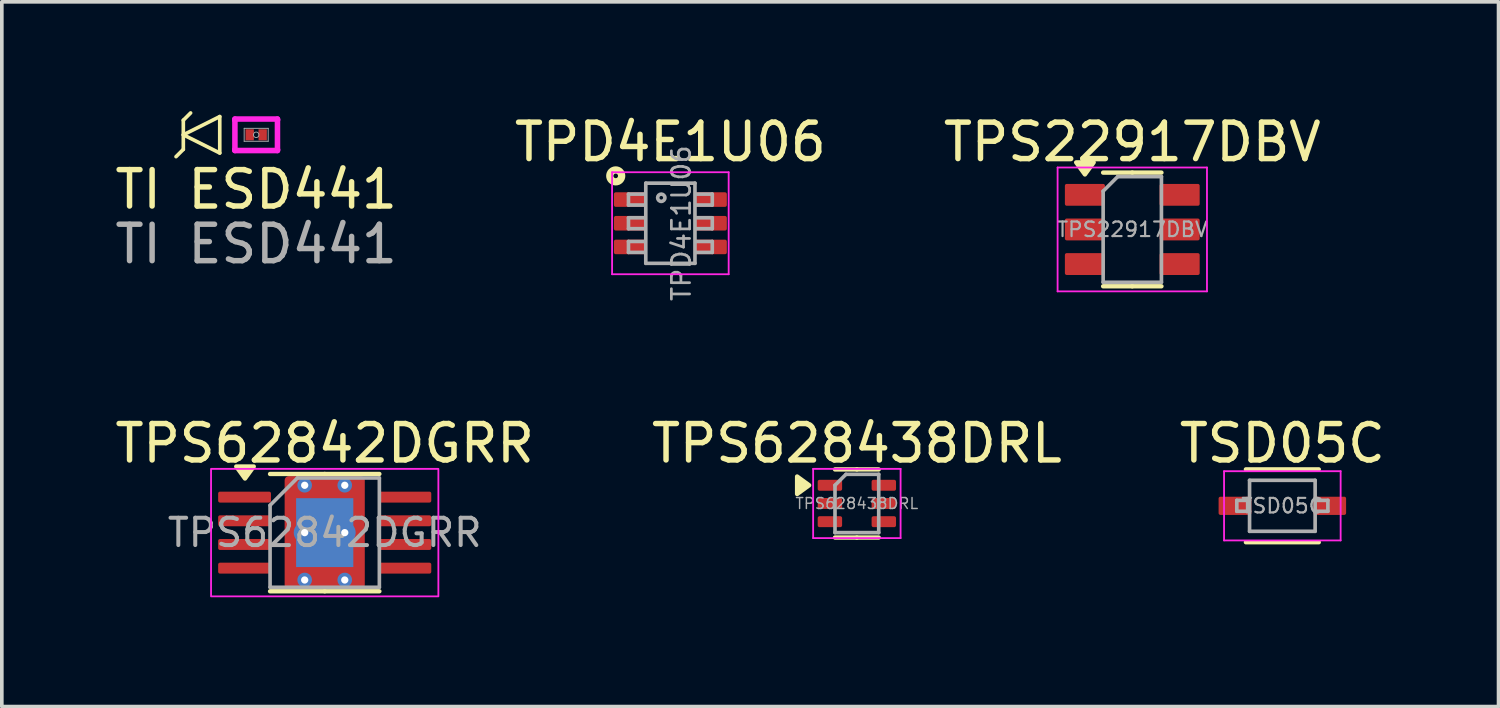
<source format=kicad_pcb>
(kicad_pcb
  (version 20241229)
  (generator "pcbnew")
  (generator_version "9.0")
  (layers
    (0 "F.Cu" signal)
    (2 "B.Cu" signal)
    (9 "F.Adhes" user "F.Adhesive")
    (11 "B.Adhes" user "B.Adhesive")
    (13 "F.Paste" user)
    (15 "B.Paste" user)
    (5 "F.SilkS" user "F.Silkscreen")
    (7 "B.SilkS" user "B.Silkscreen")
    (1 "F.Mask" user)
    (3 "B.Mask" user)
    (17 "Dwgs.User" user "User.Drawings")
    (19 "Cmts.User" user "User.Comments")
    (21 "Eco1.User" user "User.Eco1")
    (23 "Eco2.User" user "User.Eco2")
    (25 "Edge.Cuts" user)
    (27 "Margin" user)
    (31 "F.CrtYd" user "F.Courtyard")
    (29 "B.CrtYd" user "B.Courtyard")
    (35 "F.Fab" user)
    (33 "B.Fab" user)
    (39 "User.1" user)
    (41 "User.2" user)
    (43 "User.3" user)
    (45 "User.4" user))
  (footprint "TPD4E1U06"
    (layer "F.Cu")
    (at 15.351 3.078)
    (property "Reference" "TPD4E1U06" (at 0 -2.23 0) (layer "F.SilkS") (effects (font (size 1 1) (thickness 0.15))))
    (attr smd)
    (fp_circle (center -1.5 -1.3) (end -1.437 -1.3) (stroke (width 0.2) (type solid)) (fill no) (layer "F.SilkS"))
    (fp_line (start -1.6 -1.4) (end -1.6 1.4) (stroke (width 0.05) (type solid)) (layer "F.CrtYd"))
    (fp_line (start -1.6 -1.4) (end 1.6 -1.4) (stroke (width 0.05) (type solid)) (layer "F.CrtYd"))
    (fp_line (start -1.6 1.4) (end 1.6 1.4) (stroke (width 0.05) (type solid)) (layer "F.CrtYd"))
    (fp_line (start 1.6 1.4) (end 1.6 -1.4) (stroke (width 0.05) (type solid)) (layer "F.CrtYd"))
    (fp_line (start -1.15 -0.8) (end -1.15 -0.5) (stroke (width 0.1) (type solid)) (layer "F.Fab"))
    (fp_line (start -1.15 -0.8) (end -0.7 -0.8) (stroke (width 0.1) (type solid)) (layer "F.Fab"))
    (fp_line (start -1.15 -0.5) (end -0.7 -0.5) (stroke (width 0.1) (type solid)) (layer "F.Fab"))
    (fp_line (start -1.15 -0.15) (end -1.15 0.15) (stroke (width 0.1) (type solid)) (layer "F.Fab"))
    (fp_line (start -1.15 -0.15) (end -0.7 -0.15) (stroke (width 0.1) (type solid)) (layer "F.Fab"))
    (fp_line (start -1.15 0.15) (end -0.7 0.15) (stroke (width 0.1) (type solid)) (layer "F.Fab"))
    (fp_line (start -1.15 0.5) (end -1.15 0.8) (stroke (width 0.1) (type solid)) (layer "F.Fab"))
    (fp_line (start -1.15 0.5) (end -0.7 0.5) (stroke (width 0.1) (type solid)) (layer "F.Fab"))
    (fp_line (start -1.15 0.8) (end -0.7 0.8) (stroke (width 0.1) (type solid)) (layer "F.Fab"))
    (fp_line (start -0.675 -1.1) (end -0.675 1.1) (stroke (width 0.1) (type solid)) (layer "F.Fab"))
    (fp_line (start 0.675 -1.1) (end -0.675 -1.1) (stroke (width 0.1) (type solid)) (layer "F.Fab"))
    (fp_line (start 0.675 -1.1) (end 0.675 1.1) (stroke (width 0.1) (type solid)) (layer "F.Fab"))
    (fp_line (start 0.675 1.1) (end -0.675 1.1) (stroke (width 0.1) (type solid)) (layer "F.Fab"))
    (fp_line (start 1.15 -0.8) (end 0.7 -0.8) (stroke (width 0.1) (type solid)) (layer "F.Fab"))
    (fp_line (start 1.15 -0.5) (end 0.7 -0.5) (stroke (width 0.1) (type solid)) (layer "F.Fab"))
    (fp_line (start 1.15 -0.5) (end 1.15 -0.8) (stroke (width 0.1) (type solid)) (layer "F.Fab"))
    (fp_line (start 1.15 -0.15) (end 0.7 -0.15) (stroke (width 0.1) (type solid)) (layer "F.Fab"))
    (fp_line (start 1.15 0.15) (end 0.7 0.15) (stroke (width 0.1) (type solid)) (layer "F.Fab"))
    (fp_line (start 1.15 0.15) (end 1.15 -0.15) (stroke (width 0.1) (type solid)) (layer "F.Fab"))
    (fp_line (start 1.15 0.5) (end 0.7 0.5) (stroke (width 0.1) (type solid)) (layer "F.Fab"))
    (fp_line (start 1.15 0.8) (end 0.7 0.8) (stroke (width 0.1) (type solid)) (layer "F.Fab"))
    (fp_line (start 1.15 0.8) (end 1.15 0.5) (stroke (width 0.1) (type solid)) (layer "F.Fab"))
    (fp_circle (center -0.25 -0.7) (end -0.15 -0.7) (stroke (width 0.1) (type solid)) (fill no) (layer "F.Fab"))
    (fp_text user "${REFERENCE}" (at 0.3 0 90) (layer "F.Fab") (effects (font (size 0.5 0.5) (thickness 0.075))))
    (pad "1" smd roundrect (at -1.1 -0.65) (size 0.9 0.4) (layers "F.Cu" "F.Mask" "F.Paste") (roundrect_rratio 0.125))
    (pad "2" smd roundrect (at -1.1 0) (size 0.9 0.4) (layers "F.Cu" "F.Mask" "F.Paste") (roundrect_rratio 0.125))
    (pad "3" smd roundrect (at -1.1 0.65) (size 0.9 0.4) (layers "F.Cu" "F.Mask" "F.Paste") (roundrect_rratio 0.125))
    (pad "4" smd roundrect (at 1.1 0.65) (size 0.9 0.4) (layers "F.Cu" "F.Mask" "F.Paste") (roundrect_rratio 0.125))
    (pad "5" smd roundrect (at 1.1 0) (size 0.9 0.4) (layers "F.Cu" "F.Mask" "F.Paste") (roundrect_rratio 0.125))
    (pad "6" smd roundrect (at 1.1 -0.65) (size 0.9 0.4) (layers "F.Cu" "F.Mask" "F.Paste") (roundrect_rratio 0.125)))
  (footprint "TI ESD441"
    (layer "F.Cu")
    (at 3.982 0.65)
    (property "Reference" "TI ESD441" (at 0 1.5 0) (unlocked yes) (layer "F.SilkS") (effects (font (size 1 1) (thickness 0.15))))
    (attr smd)
    (fp_line (start -2 -0.4) (end -2 0.4) (stroke (width 0.1) (type default)) (layer "F.SilkS"))
    (fp_line (start -2 -0.4) (end -1.8 -0.6) (stroke (width 0.1) (type default)) (layer "F.SilkS"))
    (fp_line (start -2 0) (end -1 -0.5) (stroke (width 0.1) (type default)) (layer "F.SilkS"))
    (fp_line (start -2 0.4) (end -2.2 0.6) (stroke (width 0.1) (type default)) (layer "F.SilkS"))
    (fp_line (start -1 -0.5) (end -1 0.5) (stroke (width 0.1) (type default)) (layer "F.SilkS"))
    (fp_line (start -1 0.5) (end -2 0) (stroke (width 0.1) (type default)) (layer "F.SilkS"))
    (fp_line (start -0.584 -0.432) (end 0.584 -0.432) (stroke (width 0.152) (type solid)) (layer "F.CrtYd"))
    (fp_line (start -0.584 -0.406) (end -0.584 -0.432) (stroke (width 0.152) (type solid)) (layer "F.CrtYd"))
    (fp_line (start -0.584 -0.406) (end -0.584 -0.406) (stroke (width 0.152) (type solid)) (layer "F.CrtYd"))
    (fp_line (start -0.584 0.406) (end -0.584 -0.406) (stroke (width 0.152) (type solid)) (layer "F.CrtYd"))
    (fp_line (start -0.584 0.406) (end -0.584 0.406) (stroke (width 0.152) (type solid)) (layer "F.CrtYd"))
    (fp_line (start -0.584 0.432) (end -0.584 0.406) (stroke (width 0.152) (type solid)) (layer "F.CrtYd"))
    (fp_line (start 0.584 -0.432) (end 0.584 -0.406) (stroke (width 0.152) (type solid)) (layer "F.CrtYd"))
    (fp_line (start 0.584 -0.406) (end 0.584 -0.406) (stroke (width 0.152) (type solid)) (layer "F.CrtYd"))
    (fp_line (start 0.584 -0.406) (end 0.584 0.406) (stroke (width 0.152) (type solid)) (layer "F.CrtYd"))
    (fp_line (start 0.584 0.406) (end 0.584 0.406) (stroke (width 0.152) (type solid)) (layer "F.CrtYd"))
    (fp_line (start 0.584 0.406) (end 0.584 0.432) (stroke (width 0.152) (type solid)) (layer "F.CrtYd"))
    (fp_line (start 0.584 0.432) (end -0.584 0.432) (stroke (width 0.152) (type solid)) (layer "F.CrtYd"))
    (fp_line (start -0.33 -0.178) (end -0.33 0.178) (stroke (width 0.025) (type solid)) (layer "F.Fab"))
    (fp_line (start -0.33 0.178) (end 0.33 0.178) (stroke (width 0.025) (type solid)) (layer "F.Fab"))
    (fp_line (start 0.33 -0.178) (end -0.33 -0.178) (stroke (width 0.025) (type solid)) (layer "F.Fab"))
    (fp_line (start 0.33 0.178) (end 0.33 -0.178) (stroke (width 0.025) (type solid)) (layer "F.Fab"))
    (fp_circle (center 0 0) (end 0.076 0) (stroke (width 0.025) (type solid)) (fill no) (layer "F.Fab"))
    (fp_text user "${REFERENCE}" (at 0 3 0) (unlocked yes) (layer "F.Fab") (effects (font (size 1 1) (thickness 0.15))))
    (pad "1" smd rect (at -0.178 0) (size 0.229 0.305) (layers "F.Cu" "F.Mask" "F.Paste"))
    (pad "2" smd rect (at 0.178 0) (size 0.229 0.305) (layers "F.Cu" "F.Mask" "F.Paste")))
  (footprint "TPS22917DBV"
    (layer "F.Cu")
    (at 28.03 3.248)
    (property "Reference" "TPS22917DBV" (at 0 -2.4 0) (layer "F.SilkS") (effects (font (size 1 1) (thickness 0.15))))
    (attr smd)
    (fp_line (start 0 -1.56) (end -0.8 -1.56) (stroke (width 0.12) (type solid)) (layer "F.SilkS"))
    (fp_line (start 0 -1.56) (end 0.8 -1.56) (stroke (width 0.12) (type solid)) (layer "F.SilkS"))
    (fp_line (start 0 1.56) (end -0.8 1.56) (stroke (width 0.12) (type solid)) (layer "F.SilkS"))
    (fp_line (start 0 1.56) (end 0.8 1.56) (stroke (width 0.12) (type solid)) (layer "F.SilkS"))
    (fp_poly (pts (xy -1.3 -1.51) (xy -1.54 -1.84) (xy -1.06 -1.84) (xy -1.3 -1.51)) (stroke (width 0.12) (type solid)) (fill yes) (layer "F.SilkS"))
    (fp_line (start -2.05 -1.7) (end -2.05 1.7) (stroke (width 0.05) (type solid)) (layer "F.CrtYd"))
    (fp_line (start -2.05 1.7) (end 2.05 1.7) (stroke (width 0.05) (type solid)) (layer "F.CrtYd"))
    (fp_line (start 2.05 -1.7) (end -2.05 -1.7) (stroke (width 0.05) (type solid)) (layer "F.CrtYd"))
    (fp_line (start 2.05 1.7) (end 2.05 -1.7) (stroke (width 0.05) (type solid)) (layer "F.CrtYd"))
    (fp_line (start -0.8 -1.05) (end -0.4 -1.45) (stroke (width 0.1) (type solid)) (layer "F.Fab"))
    (fp_line (start -0.8 1.45) (end -0.8 -1.05) (stroke (width 0.1) (type solid)) (layer "F.Fab"))
    (fp_line (start -0.4 -1.45) (end 0.8 -1.45) (stroke (width 0.1) (type solid)) (layer "F.Fab"))
    (fp_line (start 0.8 -1.45) (end 0.8 1.45) (stroke (width 0.1) (type solid)) (layer "F.Fab"))
    (fp_line (start 0.8 1.45) (end -0.8 1.45) (stroke (width 0.1) (type solid)) (layer "F.Fab"))
    (fp_text user "${REFERENCE}" (at 0 0 0) (layer "F.Fab") (effects (font (size 0.4 0.4) (thickness 0.06))))
    (pad "1" smd roundrect (at -1.3 -0.95) (size 1.1 0.6) (layers "F.Cu" "F.Mask" "F.Paste") (roundrect_rratio 0.083))
    (pad "2" smd roundrect (at -1.3 0) (size 1.1 0.6) (layers "F.Cu" "F.Mask" "F.Paste") (roundrect_rratio 0.083))
    (pad "3" smd roundrect (at -1.3 0.95) (size 1.1 0.6) (layers "F.Cu" "F.Mask" "F.Paste") (roundrect_rratio 0.083))
    (pad "4" smd roundrect (at 1.3 0.95) (size 1.1 0.6) (layers "F.Cu" "F.Mask" "F.Paste") (roundrect_rratio 0.083))
    (pad "5" smd roundrect (at 1.3 0) (size 1.1 0.6) (layers "F.Cu" "F.Mask" "F.Paste") (roundrect_rratio 0.083))
    (pad "6" smd roundrect (at 1.3 -0.95) (size 1.1 0.6) (layers "F.Cu" "F.Mask" "F.Paste") (roundrect_rratio 0.083)))
  (footprint "TPS62842DGRR"
    (layer "F.Cu")
    (at 5.863 11.57)
    (property "Reference" "TPS62842DGRR" (at 0 -2.45 0) (layer "F.SilkS") (effects (font (size 1 1) (thickness 0.15))))
    (attr smd)
    (fp_line (start 0 -1.61) (end -1.5 -1.61) (stroke (width 0.12) (type solid)) (layer "F.SilkS"))
    (fp_line (start 0 -1.61) (end 1.5 -1.61) (stroke (width 0.12) (type solid)) (layer "F.SilkS"))
    (fp_line (start 0 1.61) (end -1.5 1.61) (stroke (width 0.12) (type solid)) (layer "F.SilkS"))
    (fp_line (start 0 1.61) (end 1.5 1.61) (stroke (width 0.12) (type solid)) (layer "F.SilkS"))
    (fp_poly (pts (xy -2.188 -1.485) (xy -2.428 -1.815) (xy -1.948 -1.815)) (stroke (width 0.12) (type solid)) (fill yes) (layer "F.SilkS"))
    (fp_rect (start -3.12 -1.75) (end 3.12 1.75) (stroke (width 0.05) (type solid)) (fill no) (layer "F.CrtYd"))
    (fp_line (start -1.5 -0.75) (end -0.75 -1.5) (stroke (width 0.1) (type solid)) (layer "F.Fab"))
    (fp_line (start -1.5 1.5) (end -1.5 -0.75) (stroke (width 0.1) (type solid)) (layer "F.Fab"))
    (fp_line (start -0.75 -1.5) (end 1.5 -1.5) (stroke (width 0.1) (type solid)) (layer "F.Fab"))
    (fp_line (start 1.5 -1.5) (end 1.5 1.5) (stroke (width 0.1) (type solid)) (layer "F.Fab"))
    (fp_line (start 1.5 1.5) (end -1.5 1.5) (stroke (width 0.1) (type solid)) (layer "F.Fab"))
    (fp_text user "${REFERENCE}" (at 0 0 0) (layer "F.Fab") (effects (font (size 0.75 0.75) (thickness 0.11))))
    (pad "" smd roundrect (at 0 0) (size 1 1.3) (layers "F.Paste") (roundrect_rratio 0.25))
    (pad "" smd roundrect (at 0 0) (size 1.35 1.65) (property pad_prop_heatsink) (layers "F.Mask") (roundrect_rratio 0.037))
    (pad "1" smd roundrect (at -2.2 -0.975) (size 1.45 0.3) (layers "F.Cu" "F.Mask" "F.Paste") (roundrect_rratio 0.167))
    (pad "2" smd roundrect (at -2.2 -0.325) (size 1.45 0.3) (layers "F.Cu" "F.Mask" "F.Paste") (roundrect_rratio 0.167))
    (pad "3" smd roundrect (at -2.2 0.325) (size 1.45 0.3) (layers "F.Cu" "F.Mask" "F.Paste") (roundrect_rratio 0.167))
    (pad "4" smd roundrect (at -2.2 0.975) (size 1.45 0.3) (layers "F.Cu" "F.Mask" "F.Paste") (roundrect_rratio 0.167))
    (pad "5" smd roundrect (at 2.2 0.975) (size 1.45 0.3) (layers "F.Cu" "F.Mask" "F.Paste") (roundrect_rratio 0.167))
    (pad "6" smd roundrect (at 2.2 0.325) (size 1.45 0.3) (layers "F.Cu" "F.Mask" "F.Paste") (roundrect_rratio 0.167))
    (pad "7" smd roundrect (at 2.2 -0.325) (size 1.45 0.3) (layers "F.Cu" "F.Mask" "F.Paste") (roundrect_rratio 0.167))
    (pad "8" smd roundrect (at 2.2 -0.975) (size 1.45 0.3) (layers "F.Cu" "F.Mask" "F.Paste") (roundrect_rratio 0.167))
    (pad "9" thru_hole circle (at -0.55 -1.3) (size 0.4 0.4) (drill 0.2) (property pad_prop_heatsink) (layers "*.Cu"))
    (pad "9" thru_hole circle (at -0.55 0) (size 0.6 0.6) (drill 0.2) (property pad_prop_heatsink) (layers "*.Cu"))
    (pad "9" thru_hole circle (at -0.55 1.3) (size 0.4 0.4) (drill 0.2) (property pad_prop_heatsink) (layers "*.Cu"))
    (pad "9" smd rect (at 0 0) (size 1.57 1.89) (property pad_prop_heatsink) (layers "B.Cu"))
    (pad "9" smd roundrect (at 0 0) (size 2.2 3.1) (property pad_prop_heatsink) (layers "F.Cu") (roundrect_rratio 0.051))
    (pad "9" thru_hole circle (at 0.55 -1.3) (size 0.4 0.4) (drill 0.2) (property pad_prop_heatsink) (layers "*.Cu"))
    (pad "9" thru_hole circle (at 0.55 0) (size 0.6 0.6) (drill 0.2) (property pad_prop_heatsink) (layers "*.Cu"))
    (pad "9" thru_hole circle (at 0.55 1.3) (size 0.4 0.4) (drill 0.2) (property pad_prop_heatsink) (layers "*.Cu")))
  (footprint "TSD05C"
    (layer "F.Cu")
    (at 32.149 10.834)
    (property "Reference" "TSD05C" (at 0 -1.714 0) (layer "F.SilkS") (effects (font (size 1 1) (thickness 0.15))))
    (attr smd)
    (fp_line (start -1 1) (end 1 1) (stroke (width 0.12) (type solid)) (layer "F.SilkS"))
    (fp_line (start 1 -1) (end -1 -1) (stroke (width 0.12) (type solid)) (layer "F.SilkS"))
    (fp_line (start -1.6 -0.95) (end -1.6 0.95) (stroke (width 0.05) (type solid)) (layer "F.CrtYd"))
    (fp_line (start -1.6 -0.95) (end 1.6 -0.95) (stroke (width 0.05) (type solid)) (layer "F.CrtYd"))
    (fp_line (start -1.6 0.95) (end 1.6 0.95) (stroke (width 0.05) (type solid)) (layer "F.CrtYd"))
    (fp_line (start 1.6 -0.95) (end 1.6 0.95) (stroke (width 0.05) (type solid)) (layer "F.CrtYd"))
    (fp_line (start -1.25 -0.15) (end -1.25 0.15) (stroke (width 0.1) (type solid)) (layer "F.Fab"))
    (fp_line (start -1.25 -0.15) (end -0.9 -0.15) (stroke (width 0.1) (type solid)) (layer "F.Fab"))
    (fp_line (start -1.25 0.15) (end -0.9 0.15) (stroke (width 0.1) (type solid)) (layer "F.Fab"))
    (fp_line (start -0.9 -0.7) (end 0.9 -0.7) (stroke (width 0.1) (type solid)) (layer "F.Fab"))
    (fp_line (start -0.9 0.7) (end -0.9 -0.7) (stroke (width 0.1) (type solid)) (layer "F.Fab"))
    (fp_line (start 0.9 -0.7) (end 0.9 0.7) (stroke (width 0.1) (type solid)) (layer "F.Fab"))
    (fp_line (start 0.9 0.7) (end -0.9 0.7) (stroke (width 0.1) (type solid)) (layer "F.Fab"))
    (fp_line (start 1.25 -0.15) (end 0.9 -0.15) (stroke (width 0.1) (type solid)) (layer "F.Fab"))
    (fp_line (start 1.25 0.15) (end 0.9 0.15) (stroke (width 0.1) (type solid)) (layer "F.Fab"))
    (fp_line (start 1.25 0.15) (end 1.25 -0.15) (stroke (width 0.1) (type solid)) (layer "F.Fab"))
    (fp_text user "${REFERENCE}" (at 0 0 0) (layer "F.Fab") (effects (font (size 0.4 0.4) (thickness 0.06))))
    (pad "1" smd roundrect (at -1.3 0) (size 0.9 0.5) (layers "F.Cu" "F.Mask" "F.Paste") (roundrect_rratio 0.1))
    (pad "2" smd roundrect (at 1.3 0) (size 0.9 0.5) (layers "F.Cu" "F.Mask" "F.Paste") (roundrect_rratio 0.1)))
  (footprint "TPS628438DRL"
    (layer "F.Cu")
    (at 20.47 10.77)
    (property "Reference" "TPS628438DRL" (at 0 -1.65 180) (layer "F.SilkS") (effects (font (size 1 1) (thickness 0.15))))
    (attr smd)
    (fp_line (start 0 -0.935) (end -0.6 -0.935) (stroke (width 0.12) (type solid)) (layer "F.SilkS"))
    (fp_line (start 0 -0.935) (end 0.6 -0.935) (stroke (width 0.12) (type solid)) (layer "F.SilkS"))
    (fp_line (start 0 0.935) (end -0.6 0.935) (stroke (width 0.12) (type solid)) (layer "F.SilkS"))
    (fp_line (start 0 0.935) (end 0.6 0.935) (stroke (width 0.12) (type solid)) (layer "F.SilkS"))
    (fp_poly (pts (xy -1.31 -0.5) (xy -1.64 -0.74) (xy -1.64 -0.26) (xy -1.31 -0.5)) (stroke (width 0.12) (type solid)) (fill yes) (layer "F.SilkS"))
    (fp_line (start -1.2 -0.95) (end -1.2 0.95) (stroke (width 0.05) (type solid)) (layer "F.CrtYd"))
    (fp_line (start -1.2 0.95) (end 1.2 0.95) (stroke (width 0.05) (type solid)) (layer "F.CrtYd"))
    (fp_line (start 1.2 -0.95) (end -1.2 -0.95) (stroke (width 0.05) (type solid)) (layer "F.CrtYd"))
    (fp_line (start 1.2 0.95) (end 1.2 -0.95) (stroke (width 0.05) (type solid)) (layer "F.CrtYd"))
    (fp_line (start -0.6 -0.5) (end -0.3 -0.8) (stroke (width 0.1) (type solid)) (layer "F.Fab"))
    (fp_line (start -0.6 0.8) (end -0.6 -0.5) (stroke (width 0.1) (type solid)) (layer "F.Fab"))
    (fp_line (start -0.3 -0.8) (end 0.6 -0.8) (stroke (width 0.1) (type solid)) (layer "F.Fab"))
    (fp_line (start 0.6 -0.8) (end 0.6 0.8) (stroke (width 0.1) (type solid)) (layer "F.Fab"))
    (fp_line (start 0.6 0.8) (end -0.6 0.8) (stroke (width 0.1) (type solid)) (layer "F.Fab"))
    (fp_text user "${REFERENCE}" (at 0 0 180) (layer "F.Fab") (effects (font (size 0.3 0.3) (thickness 0.04))))
    (pad "1" smd roundrect (at -0.74 -0.5) (size 0.67 0.3) (layers "F.Cu" "F.Mask" "F.Paste") (roundrect_rratio 0.167))
    (pad "2" smd roundrect (at -0.74 0) (size 0.67 0.3) (layers "F.Cu" "F.Mask" "F.Paste") (roundrect_rratio 0.167))
    (pad "3" smd roundrect (at -0.74 0.5) (size 0.67 0.3) (layers "F.Cu" "F.Mask" "F.Paste") (roundrect_rratio 0.167))
    (pad "4" smd roundrect (at 0.74 0.5) (size 0.67 0.3) (layers "F.Cu" "F.Mask" "F.Paste") (roundrect_rratio 0.167))
    (pad "5" smd roundrect (at 0.74 0) (size 0.67 0.3) (layers "F.Cu" "F.Mask" "F.Paste") (roundrect_rratio 0.167))
    (pad "6" smd roundrect (at 0.74 -0.5) (size 0.67 0.3) (layers "F.Cu" "F.Mask" "F.Paste") (roundrect_rratio 0.167)))
  (gr_rect
    (start -3 -3)
    (end 38.083 16.345)
    (stroke (width 0.1) (type default))
    (fill no)
    (layer "Edge.Cuts")))
</source>
